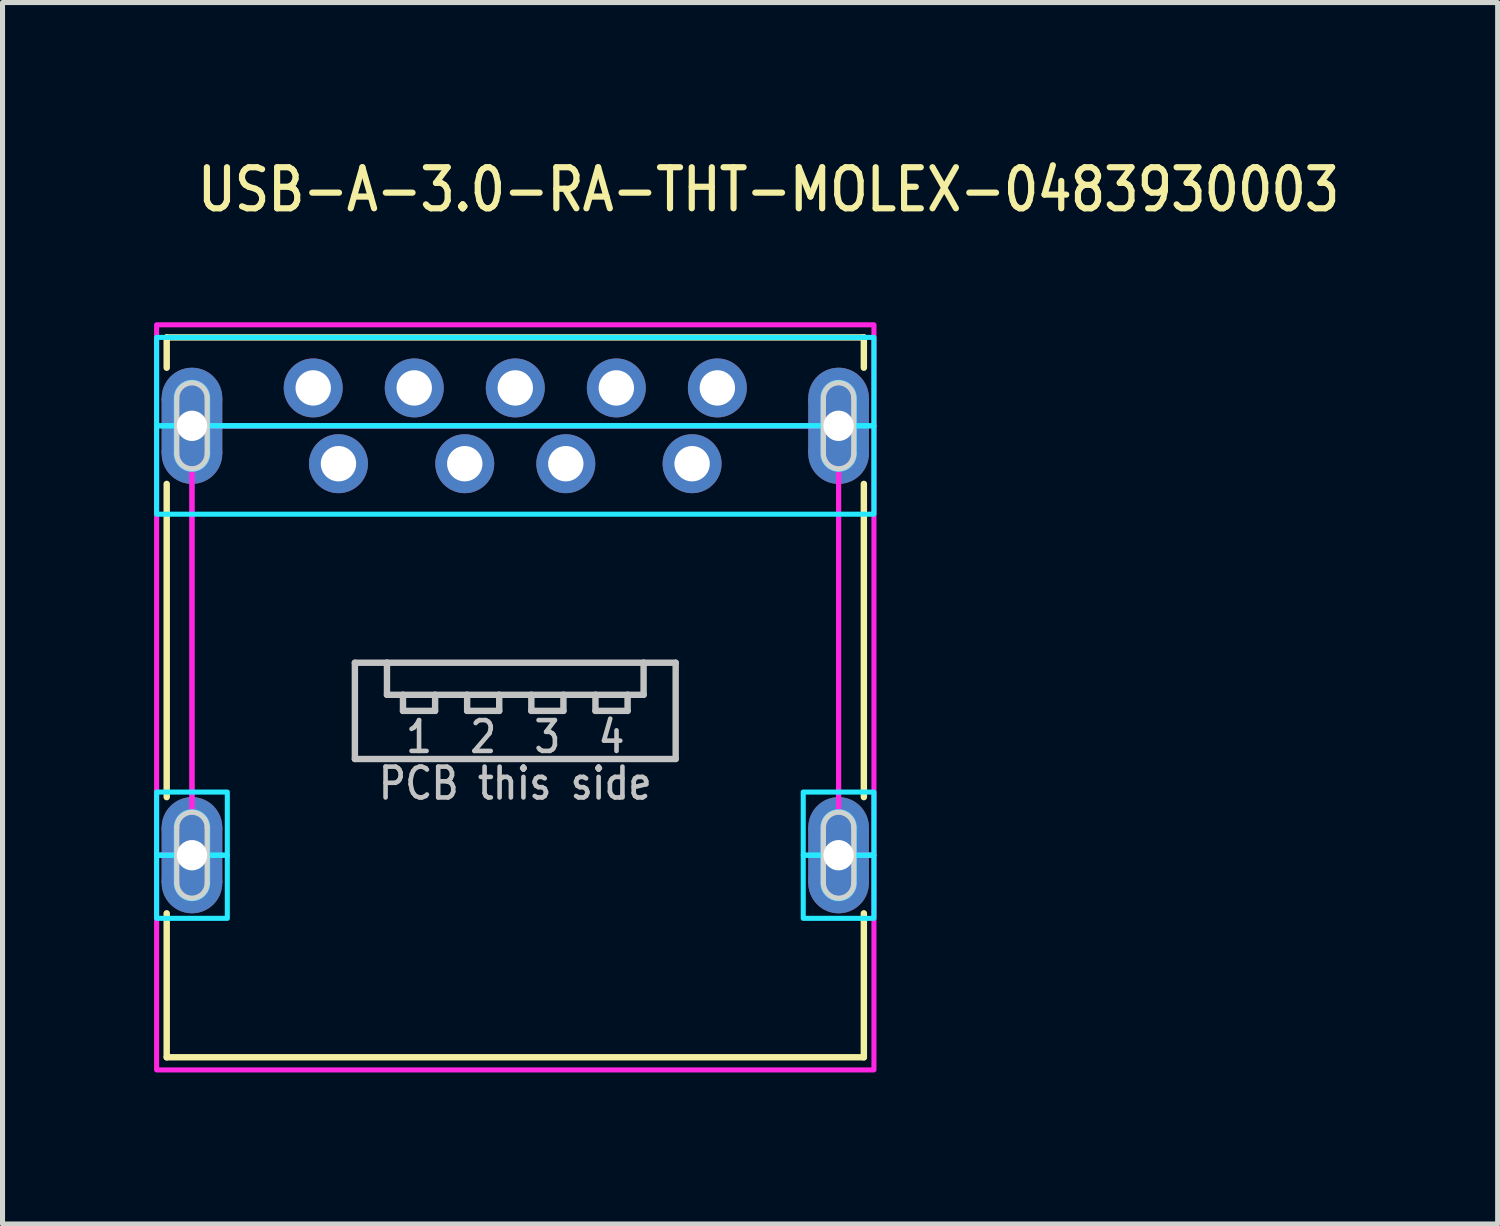
<source format=kicad_pcb>
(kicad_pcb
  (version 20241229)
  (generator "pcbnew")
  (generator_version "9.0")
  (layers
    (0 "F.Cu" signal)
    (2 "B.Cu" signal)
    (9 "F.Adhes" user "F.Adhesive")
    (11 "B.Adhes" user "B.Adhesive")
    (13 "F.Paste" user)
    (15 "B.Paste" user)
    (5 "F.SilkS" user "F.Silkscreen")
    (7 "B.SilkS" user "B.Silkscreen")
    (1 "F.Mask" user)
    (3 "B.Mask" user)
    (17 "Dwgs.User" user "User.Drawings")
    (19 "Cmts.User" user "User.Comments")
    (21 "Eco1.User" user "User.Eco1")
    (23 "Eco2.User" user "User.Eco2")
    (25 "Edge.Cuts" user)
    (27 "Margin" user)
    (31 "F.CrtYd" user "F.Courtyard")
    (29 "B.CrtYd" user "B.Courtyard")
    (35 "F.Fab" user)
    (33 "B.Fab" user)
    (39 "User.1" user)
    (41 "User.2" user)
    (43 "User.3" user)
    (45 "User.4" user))
  (footprint "USB-A-3.0-RA-THT-MOLEX-0483930003"
    (layer "F.Cu")
    (at 7.15 13.879)
    (property "Reference" "USB-A-3.0-RA-THT-MOLEX-0483930003" (at -6.35 -12.7 0) (unlocked yes) (layer "F.SilkS") (effects (font (size 0.813 0.695) (thickness 0.122)) (justify left bottom)))
    (fp_circle (center -6.4 -9.05) (end -5.8 -9.05) (stroke (width 0) (type solid)) (fill yes) (layer "F.Cu"))
    (fp_circle (center -6.4 -7.95) (end -7 -7.95) (stroke (width 0) (type solid)) (fill yes) (layer "F.Cu"))
    (fp_circle (center -6.4 -0.55) (end -5.8 -0.55) (stroke (width 0) (type solid)) (fill yes) (layer "F.Cu"))
    (fp_circle (center -6.4 0.55) (end -7 0.55) (stroke (width 0) (type solid)) (fill yes) (layer "F.Cu"))
    (fp_circle (center 6.4 -9.05) (end 7 -9.05) (stroke (width 0) (type solid)) (fill yes) (layer "F.Cu"))
    (fp_circle (center 6.4 -7.95) (end 5.8 -7.95) (stroke (width 0) (type solid)) (fill yes) (layer "F.Cu"))
    (fp_circle (center 6.4 -0.55) (end 7 -0.55) (stroke (width 0) (type solid)) (fill yes) (layer "F.Cu"))
    (fp_circle (center 6.4 0.55) (end 5.8 0.55) (stroke (width 0) (type solid)) (fill yes) (layer "F.Cu"))
    (fp_poly (pts (xy -7 -9.05) (xy -7 -7.95) (xy -5.8 -7.95) (xy -5.8 -9.05)) (stroke (width 0) (type solid)) (fill yes) (layer "F.Cu"))
    (fp_poly (pts (xy -7 -0.55) (xy -7 0.55) (xy -5.8 0.55) (xy -5.8 -0.55)) (stroke (width 0) (type solid)) (fill yes) (layer "F.Cu"))
    (fp_poly (pts (xy 5.8 -9.05) (xy 5.8 -7.95) (xy 7 -7.95) (xy 7 -9.05)) (stroke (width 0) (type solid)) (fill yes) (layer "F.Cu"))
    (fp_poly (pts (xy 5.8 -0.55) (xy 5.8 0.55) (xy 7 0.55) (xy 7 -0.55)) (stroke (width 0) (type solid)) (fill yes) (layer "F.Cu"))
    (fp_circle (center -6.4 -9.05) (end -5.7 -9.05) (stroke (width 0) (type solid)) (fill yes) (layer "F.Mask"))
    (fp_circle (center -6.4 -7.95) (end -7.1 -7.95) (stroke (width 0) (type solid)) (fill yes) (layer "F.Mask"))
    (fp_circle (center -6.4 -0.55) (end -5.7 -0.55) (stroke (width 0) (type solid)) (fill yes) (layer "F.Mask"))
    (fp_circle (center -6.4 0.55) (end -7.1 0.55) (stroke (width 0) (type solid)) (fill yes) (layer "F.Mask"))
    (fp_circle (center 6.4 -9.05) (end 7.1 -9.05) (stroke (width 0) (type solid)) (fill yes) (layer "F.Mask"))
    (fp_circle (center 6.4 -7.95) (end 5.7 -7.95) (stroke (width 0) (type solid)) (fill yes) (layer "F.Mask"))
    (fp_circle (center 6.4 -0.55) (end 7.1 -0.55) (stroke (width 0) (type solid)) (fill yes) (layer "F.Mask"))
    (fp_circle (center 6.4 0.55) (end 5.7 0.55) (stroke (width 0) (type solid)) (fill yes) (layer "F.Mask"))
    (fp_poly (pts (xy -7.1 -9.05) (xy -7.1 -7.95) (xy -5.7 -7.95) (xy -5.7 -9.05)) (stroke (width 0) (type solid)) (fill yes) (layer "F.Mask"))
    (fp_poly (pts (xy -7.1 -0.55) (xy -7.1 0.55) (xy -5.7 0.55) (xy -5.7 -0.55)) (stroke (width 0) (type solid)) (fill yes) (layer "F.Mask"))
    (fp_poly (pts (xy 5.7 -9.05) (xy 5.7 -7.95) (xy 7.1 -7.95) (xy 7.1 -9.05)) (stroke (width 0) (type solid)) (fill yes) (layer "F.Mask"))
    (fp_poly (pts (xy 5.7 -0.55) (xy 5.7 0.55) (xy 7.1 0.55) (xy 7.1 -0.55)) (stroke (width 0) (type solid)) (fill yes) (layer "F.Mask"))
    (fp_circle (center -6.4 -9.05) (end -7 -9.05) (stroke (width 0) (type solid)) (fill yes) (layer "B.Cu"))
    (fp_circle (center -6.4 -7.95) (end -5.8 -7.95) (stroke (width 0) (type solid)) (fill yes) (layer "B.Cu"))
    (fp_circle (center -6.4 -0.55) (end -7 -0.55) (stroke (width 0) (type solid)) (fill yes) (layer "B.Cu"))
    (fp_circle (center -6.4 0.55) (end -5.8 0.55) (stroke (width 0) (type solid)) (fill yes) (layer "B.Cu"))
    (fp_circle (center 6.4 -9.05) (end 5.8 -9.05) (stroke (width 0) (type solid)) (fill yes) (layer "B.Cu"))
    (fp_circle (center 6.4 -7.95) (end 7 -7.95) (stroke (width 0) (type solid)) (fill yes) (layer "B.Cu"))
    (fp_circle (center 6.4 -0.55) (end 5.8 -0.55) (stroke (width 0) (type solid)) (fill yes) (layer "B.Cu"))
    (fp_circle (center 6.4 0.55) (end 7 0.55) (stroke (width 0) (type solid)) (fill yes) (layer "B.Cu"))
    (fp_poly (pts (xy -5.8 -9.05) (xy -5.8 -7.95) (xy -7 -7.95) (xy -7 -9.05)) (stroke (width 0) (type solid)) (fill yes) (layer "B.Cu"))
    (fp_poly (pts (xy -5.8 -0.55) (xy -5.8 0.55) (xy -7 0.55) (xy -7 -0.55)) (stroke (width 0) (type solid)) (fill yes) (layer "B.Cu"))
    (fp_poly (pts (xy 7 -9.05) (xy 7 -7.95) (xy 5.8 -7.95) (xy 5.8 -9.05)) (stroke (width 0) (type solid)) (fill yes) (layer "B.Cu"))
    (fp_poly (pts (xy 7 -0.55) (xy 7 0.55) (xy 5.8 0.55) (xy 5.8 -0.55)) (stroke (width 0) (type solid)) (fill yes) (layer "B.Cu"))
    (fp_circle (center -6.4 -9.05) (end -7.1 -9.05) (stroke (width 0) (type solid)) (fill yes) (layer "B.Mask"))
    (fp_circle (center -6.4 -7.95) (end -5.7 -7.95) (stroke (width 0) (type solid)) (fill yes) (layer "B.Mask"))
    (fp_circle (center -6.4 -0.55) (end -7.1 -0.55) (stroke (width 0) (type solid)) (fill yes) (layer "B.Mask"))
    (fp_circle (center -6.4 0.55) (end -5.7 0.55) (stroke (width 0) (type solid)) (fill yes) (layer "B.Mask"))
    (fp_circle (center 6.4 -9.05) (end 5.7 -9.05) (stroke (width 0) (type solid)) (fill yes) (layer "B.Mask"))
    (fp_circle (center 6.4 -7.95) (end 7.1 -7.95) (stroke (width 0) (type solid)) (fill yes) (layer "B.Mask"))
    (fp_circle (center 6.4 -0.55) (end 5.7 -0.55) (stroke (width 0) (type solid)) (fill yes) (layer "B.Mask"))
    (fp_circle (center 6.4 0.55) (end 7.1 0.55) (stroke (width 0) (type solid)) (fill yes) (layer "B.Mask"))
    (fp_poly (pts (xy -5.7 -9.05) (xy -5.7 -7.95) (xy -7.1 -7.95) (xy -7.1 -9.05)) (stroke (width 0) (type solid)) (fill yes) (layer "B.Mask"))
    (fp_poly (pts (xy -5.7 -0.55) (xy -5.7 0.55) (xy -7.1 0.55) (xy -7.1 -0.55)) (stroke (width 0) (type solid)) (fill yes) (layer "B.Mask"))
    (fp_poly (pts (xy 7.1 -9.05) (xy 7.1 -7.95) (xy 5.7 -7.95) (xy 5.7 -9.05)) (stroke (width 0) (type solid)) (fill yes) (layer "B.Mask"))
    (fp_poly (pts (xy 7.1 -0.55) (xy 7.1 0.55) (xy 5.7 0.55) (xy 5.7 -0.55)) (stroke (width 0) (type solid)) (fill yes) (layer "B.Mask"))
    (fp_line (start -6.9 -10.25) (end -6.9 -9.65) (stroke (width 0.127) (type solid)) (layer "F.SilkS"))
    (fp_line (start -6.9 -10.25) (end 6.9 -10.25) (stroke (width 0.127) (type solid)) (layer "F.SilkS"))
    (fp_line (start -6.9 -7.35) (end -6.9 -1.15) (stroke (width 0.127) (type solid)) (layer "F.SilkS"))
    (fp_line (start -6.9 1.15) (end -6.9 4) (stroke (width 0.127) (type solid)) (layer "F.SilkS"))
    (fp_line (start 6.9 -10.25) (end 6.9 -9.65) (stroke (width 0.127) (type solid)) (layer "F.SilkS"))
    (fp_line (start 6.9 -7.35) (end 6.9 -1.15) (stroke (width 0.127) (type solid)) (layer "F.SilkS"))
    (fp_line (start 6.9 1.15) (end 6.9 4) (stroke (width 0.127) (type solid)) (layer "F.SilkS"))
    (fp_line (start 6.9 4) (end -6.9 4) (stroke (width 0.127) (type solid)) (layer "F.SilkS"))
    (fp_line (start -3.175 -3.81) (end -2.54 -3.81) (stroke (width 0.127) (type solid)) (layer "Dwgs.User"))
    (fp_line (start -3.175 -1.905) (end -3.175 -3.81) (stroke (width 0.127) (type solid)) (layer "Dwgs.User"))
    (fp_line (start -2.54 -3.81) (end -2.54 -3.175) (stroke (width 0.127) (type solid)) (layer "Dwgs.User"))
    (fp_line (start -2.54 -3.81) (end 2.54 -3.81) (stroke (width 0.127) (type solid)) (layer "Dwgs.User"))
    (fp_line (start -2.54 -3.175) (end -2.223 -3.175) (stroke (width 0.127) (type solid)) (layer "Dwgs.User"))
    (fp_line (start -2.223 -3.175) (end -2.223 -2.857) (stroke (width 0.127) (type solid)) (layer "Dwgs.User"))
    (fp_line (start -2.223 -3.175) (end -1.587 -3.175) (stroke (width 0.127) (type solid)) (layer "Dwgs.User"))
    (fp_line (start -2.223 -2.857) (end -1.587 -2.857) (stroke (width 0.127) (type solid)) (layer "Dwgs.User"))
    (fp_line (start -1.587 -3.175) (end -0.953 -3.175) (stroke (width 0.127) (type solid)) (layer "Dwgs.User"))
    (fp_line (start -1.587 -2.857) (end -1.587 -3.175) (stroke (width 0.127) (type solid)) (layer "Dwgs.User"))
    (fp_line (start -0.953 -3.175) (end -0.953 -2.857) (stroke (width 0.127) (type solid)) (layer "Dwgs.User"))
    (fp_line (start -0.953 -3.175) (end -0.318 -3.175) (stroke (width 0.127) (type solid)) (layer "Dwgs.User"))
    (fp_line (start -0.953 -2.857) (end -0.318 -2.857) (stroke (width 0.127) (type solid)) (layer "Dwgs.User"))
    (fp_line (start -0.318 -3.175) (end 0.318 -3.175) (stroke (width 0.127) (type solid)) (layer "Dwgs.User"))
    (fp_line (start -0.318 -2.857) (end -0.318 -3.175) (stroke (width 0.127) (type solid)) (layer "Dwgs.User"))
    (fp_line (start 0.318 -3.175) (end 0.318 -2.857) (stroke (width 0.127) (type solid)) (layer "Dwgs.User"))
    (fp_line (start 0.318 -3.175) (end 0.953 -3.175) (stroke (width 0.127) (type solid)) (layer "Dwgs.User"))
    (fp_line (start 0.318 -2.857) (end 0.953 -2.857) (stroke (width 0.127) (type solid)) (layer "Dwgs.User"))
    (fp_line (start 0.953 -3.175) (end 1.587 -3.175) (stroke (width 0.127) (type solid)) (layer "Dwgs.User"))
    (fp_line (start 0.953 -2.857) (end 0.953 -3.175) (stroke (width 0.127) (type solid)) (layer "Dwgs.User"))
    (fp_line (start 1.587 -3.175) (end 1.587 -2.857) (stroke (width 0.127) (type solid)) (layer "Dwgs.User"))
    (fp_line (start 1.587 -3.175) (end 2.223 -3.175) (stroke (width 0.127) (type solid)) (layer "Dwgs.User"))
    (fp_line (start 1.587 -2.857) (end 2.223 -2.857) (stroke (width 0.127) (type solid)) (layer "Dwgs.User"))
    (fp_line (start 2.223 -3.175) (end 2.54 -3.175) (stroke (width 0.127) (type solid)) (layer "Dwgs.User"))
    (fp_line (start 2.223 -2.857) (end 2.223 -3.175) (stroke (width 0.127) (type solid)) (layer "Dwgs.User"))
    (fp_line (start 2.54 -3.81) (end 3.175 -3.81) (stroke (width 0.127) (type solid)) (layer "Dwgs.User"))
    (fp_line (start 2.54 -3.175) (end 2.54 -3.81) (stroke (width 0.127) (type solid)) (layer "Dwgs.User"))
    (fp_line (start 3.175 -3.81) (end 3.175 -1.905) (stroke (width 0.127) (type solid)) (layer "Dwgs.User"))
    (fp_line (start 3.175 -1.905) (end -3.175 -1.905) (stroke (width 0.127) (type solid)) (layer "Dwgs.User"))
    (fp_line (start -6.7 -9.05) (end -6.7 -7.95) (stroke (width 0.1) (type solid)) (layer "Edge.Cuts"))
    (fp_line (start -6.7 -0.55) (end -6.7 0.55) (stroke (width 0.1) (type solid)) (layer "Edge.Cuts"))
    (fp_line (start -6.1 -7.95) (end -6.1 -9.05) (stroke (width 0.1) (type solid)) (layer "Edge.Cuts"))
    (fp_line (start -6.1 0.55) (end -6.1 -0.55) (stroke (width 0.1) (type solid)) (layer "Edge.Cuts"))
    (fp_line (start 6.1 -9.05) (end 6.1 -7.95) (stroke (width 0.1) (type solid)) (layer "Edge.Cuts"))
    (fp_line (start 6.1 -0.55) (end 6.1 0.55) (stroke (width 0.1) (type solid)) (layer "Edge.Cuts"))
    (fp_line (start 6.7 -7.95) (end 6.7 -9.05) (stroke (width 0.1) (type solid)) (layer "Edge.Cuts"))
    (fp_line (start 6.7 0.55) (end 6.7 -0.55) (stroke (width 0.1) (type solid)) (layer "Edge.Cuts"))
    (fp_arc (start -6.7 -9.05) (mid -6.4 -9.35) (end -6.1 -9.05) (stroke (width 0.1) (type solid)) (layer "Edge.Cuts"))
    (fp_arc (start -6.7 -0.55) (mid -6.4 -0.85) (end -6.1 -0.55) (stroke (width 0.1) (type solid)) (layer "Edge.Cuts"))
    (fp_arc (start -6.1 -7.95) (mid -6.4 -7.65) (end -6.7 -7.95) (stroke (width 0.1) (type solid)) (layer "Edge.Cuts"))
    (fp_arc (start -6.1 0.55) (mid -6.4 0.85) (end -6.7 0.55) (stroke (width 0.1) (type solid)) (layer "Edge.Cuts"))
    (fp_arc (start 6.1 -9.05) (mid 6.4 -9.35) (end 6.7 -9.05) (stroke (width 0.1) (type solid)) (layer "Edge.Cuts"))
    (fp_arc (start 6.1 -0.55) (mid 6.4 -0.85) (end 6.7 -0.55) (stroke (width 0.1) (type solid)) (layer "Edge.Cuts"))
    (fp_arc (start 6.7 -7.95) (mid 6.4 -7.65) (end 6.1 -7.95) (stroke (width 0.1) (type solid)) (layer "Edge.Cuts"))
    (fp_arc (start 6.7 0.55) (mid 6.4 0.85) (end 6.1 0.55) (stroke (width 0.1) (type solid)) (layer "Edge.Cuts"))
    (fp_poly (pts (xy -5.7 -1.25) (xy -5.7 0) (xy -6.09 0) (xy -6.09 -0.55) (xy -6.094 -0.601) (xy -6.107 -0.651) (xy -6.127 -0.698) (xy -6.155 -0.74) (xy -6.19 -0.778) (xy -6.23 -0.809) (xy -6.276 -0.834) (xy -6.324 -0.851) (xy -6.375 -0.859) (xy -6.426 -0.859) (xy -6.476 -0.851) (xy -6.525 -0.834) (xy -6.57 -0.81) (xy -6.61 -0.778) (xy -6.645 -0.74) (xy -6.673 -0.698) (xy -6.693 -0.651) (xy -6.706 -0.601) (xy -6.71 -0.55) (xy -6.71 0) (xy -7.1 0) (xy -7.1 -1.25)) (stroke (width 0.1) (type solid)) (fill no) (layer "B.CrtYd"))
    (fp_poly (pts (xy -5.7 0) (xy -5.7 1.25) (xy -7.1 1.25) (xy -7.1 0) (xy -6.71 0) (xy -6.71 0.55) (xy -6.706 0.601) (xy -6.693 0.651) (xy -6.673 0.698) (xy -6.645 0.74) (xy -6.61 0.778) (xy -6.57 0.809) (xy -6.524 0.834) (xy -6.476 0.851) (xy -6.425 0.859) (xy -6.374 0.859) (xy -6.324 0.851) (xy -6.275 0.834) (xy -6.23 0.81) (xy -6.19 0.778) (xy -6.155 0.74) (xy -6.127 0.698) (xy -6.107 0.651) (xy -6.094 0.601) (xy -6.09 0.55) (xy -6.09 0)) (stroke (width 0.1) (type solid)) (fill no) (layer "B.CrtYd"))
    (fp_poly (pts (xy 7.1 -1.25) (xy 7.1 0) (xy 6.71 0) (xy 6.71 -0.55) (xy 6.706 -0.601) (xy 6.693 -0.651) (xy 6.673 -0.698) (xy 6.645 -0.74) (xy 6.61 -0.778) (xy 6.57 -0.809) (xy 6.524 -0.834) (xy 6.476 -0.851) (xy 6.425 -0.859) (xy 6.374 -0.859) (xy 6.324 -0.851) (xy 6.275 -0.834) (xy 6.23 -0.81) (xy 6.19 -0.778) (xy 6.155 -0.74) (xy 6.127 -0.698) (xy 6.107 -0.651) (xy 6.094 -0.601) (xy 6.09 -0.55) (xy 6.09 0) (xy 5.7 0) (xy 5.7 -1.25)) (stroke (width 0.1) (type solid)) (fill no) (layer "B.CrtYd"))
    (fp_poly (pts (xy 7.1 0) (xy 7.1 1.25) (xy 5.7 1.25) (xy 5.7 0) (xy 6.09 0) (xy 6.09 0.55) (xy 6.094 0.601) (xy 6.107 0.651) (xy 6.127 0.698) (xy 6.155 0.74) (xy 6.19 0.778) (xy 6.23 0.809) (xy 6.276 0.834) (xy 6.324 0.851) (xy 6.375 0.859) (xy 6.426 0.859) (xy 6.476 0.851) (xy 6.525 0.834) (xy 6.57 0.81) (xy 6.61 0.778) (xy 6.645 0.74) (xy 6.673 0.698) (xy 6.693 0.651) (xy 6.706 0.601) (xy 6.71 0.55) (xy 6.71 0)) (stroke (width 0.1) (type solid)) (fill no) (layer "B.CrtYd"))
    (fp_poly (pts (xy 7.1 -10.25) (xy 7.1 -8.5) (xy 6.71 -8.5) (xy 6.71 -9.05) (xy 6.706 -9.101) (xy 6.693 -9.151) (xy 6.673 -9.198) (xy 6.645 -9.24) (xy 6.61 -9.278) (xy 6.57 -9.309) (xy 6.524 -9.334) (xy 6.476 -9.351) (xy 6.425 -9.359) (xy 6.374 -9.359) (xy 6.324 -9.351) (xy 6.275 -9.334) (xy 6.23 -9.31) (xy 6.19 -9.278) (xy 6.155 -9.24) (xy 6.127 -9.198) (xy 6.107 -9.151) (xy 6.094 -9.101) (xy 6.09 -9.05) (xy 6.09 -8.5) (xy -6.09 -8.5) (xy -6.09 -9.05) (xy -6.094 -9.101) (xy -6.107 -9.151) (xy -6.127 -9.198) (xy -6.155 -9.24) (xy -6.19 -9.278) (xy -6.23 -9.309) (xy -6.276 -9.334) (xy -6.324 -9.351) (xy -6.375 -9.359) (xy -6.426 -9.359) (xy -6.476 -9.351) (xy -6.525 -9.334) (xy -6.57 -9.31) (xy -6.61 -9.278) (xy -6.645 -9.24) (xy -6.673 -9.198) (xy -6.693 -9.151) (xy -6.706 -9.101) (xy -6.71 -9.05) (xy -6.71 -8.5) (xy -7.1 -8.5) (xy -7.1 -10.25)) (stroke (width 0.1) (type solid)) (fill no) (layer "B.CrtYd"))
    (fp_poly (pts (xy 7.1 -8.5) (xy 7.1 -6.75) (xy -7.1 -6.75) (xy -7.1 -8.5) (xy -6.71 -8.5) (xy -6.71 -7.95) (xy -6.706 -7.899) (xy -6.693 -7.849) (xy -6.673 -7.802) (xy -6.645 -7.76) (xy -6.61 -7.722) (xy -6.57 -7.691) (xy -6.524 -7.666) (xy -6.476 -7.649) (xy -6.425 -7.641) (xy -6.374 -7.641) (xy -6.324 -7.649) (xy -6.275 -7.666) (xy -6.23 -7.69) (xy -6.19 -7.722) (xy -6.155 -7.76) (xy -6.127 -7.802) (xy -6.107 -7.849) (xy -6.094 -7.899) (xy -6.09 -7.95) (xy -6.09 -8.5) (xy 6.09 -8.5) (xy 6.09 -7.95) (xy 6.094 -7.899) (xy 6.107 -7.849) (xy 6.127 -7.802) (xy 6.155 -7.76) (xy 6.19 -7.722) (xy 6.23 -7.691) (xy 6.276 -7.666) (xy 6.324 -7.649) (xy 6.375 -7.641) (xy 6.426 -7.641) (xy 6.476 -7.649) (xy 6.525 -7.666) (xy 6.57 -7.69) (xy 6.61 -7.722) (xy 6.645 -7.76) (xy 6.673 -7.802) (xy 6.693 -7.849) (xy 6.706 -7.899) (xy 6.71 -7.95) (xy 6.71 -8.5)) (stroke (width 0.1) (type solid)) (fill no) (layer "B.CrtYd"))
    (fp_poly (pts (xy -7.1 -10.5) (xy 7.1 -10.5) (xy 7.1 0) (xy 6.71 0) (xy 6.71 -0.55) (xy 6.706 -0.601) (xy 6.693 -0.651) (xy 6.673 -0.698) (xy 6.645 -0.74) (xy 6.61 -0.778) (xy 6.57 -0.81) (xy 6.525 -0.834) (xy 6.476 -0.851) (xy 6.426 -0.859) (xy 6.4 -0.859) (xy 6.4 -7.641) (xy 6.426 -7.641) (xy 6.475 -7.649) (xy 6.524 -7.666) (xy 6.57 -7.69) (xy 6.61 -7.722) (xy 6.645 -7.76) (xy 6.673 -7.802) (xy 6.693 -7.849) (xy 6.706 -7.899) (xy 6.71 -7.95) (xy 6.71 -9.05) (xy 6.706 -9.101) (xy 6.693 -9.151) (xy 6.673 -9.198) (xy 6.645 -9.24) (xy 6.61 -9.278) (xy 6.57 -9.31) (xy 6.525 -9.334) (xy 6.476 -9.351) (xy 6.425 -9.359) (xy 6.374 -9.359) (xy 6.324 -9.351) (xy 6.275 -9.334) (xy 6.23 -9.31) (xy 6.19 -9.278) (xy 6.155 -9.24) (xy 6.127 -9.198) (xy 6.107 -9.151) (xy 6.094 -9.101) (xy 6.09 -9.05) (xy 6.09 -8.5) (xy -6.09 -8.5) (xy -6.09 -9.051) (xy -6.094 -9.101) (xy -6.107 -9.15) (xy -6.127 -9.198) (xy -6.155 -9.24) (xy -6.191 -9.279) (xy -6.23 -9.31) (xy -6.275 -9.334) (xy -6.324 -9.351) (xy -6.375 -9.359) (xy -6.426 -9.359) (xy -6.475 -9.351) (xy -6.525 -9.334) (xy -6.57 -9.31) (xy -6.611 -9.277) (xy -6.645 -9.24) (xy -6.672 -9.198) (xy -6.693 -9.151) (xy -6.706 -9.1) (xy -6.71 -9.05) (xy -6.71 -7.95) (xy -6.706 -7.899) (xy -6.693 -7.849) (xy -6.673 -7.802) (xy -6.645 -7.76) (xy -6.61 -7.722) (xy -6.57 -7.69) (xy -6.524 -7.666) (xy -6.475 -7.649) (xy -6.426 -7.641) (xy -6.4 -7.641) (xy -6.4 -0.859) (xy -6.426 -0.859) (xy -6.476 -0.851) (xy -6.525 -0.834) (xy -6.57 -0.81) (xy -6.61 -0.778) (xy -6.645 -0.74) (xy -6.673 -0.698) (xy -6.693 -0.651) (xy -6.706 -0.601) (xy -6.71 -0.55) (xy -6.71 0) (xy -7.1 0)) (stroke (width 0.1) (type solid)) (fill no) (layer "F.CrtYd"))
    (fp_poly (pts (xy 7.1 0) (xy 7.1 4.25) (xy -7.1 4.25) (xy -7.1 0) (xy -6.71 0) (xy -6.71 0.55) (xy -6.706 0.601) (xy -6.693 0.651) (xy -6.673 0.698) (xy -6.645 0.74) (xy -6.61 0.778) (xy -6.569 0.81) (xy -6.525 0.834) (xy -6.477 0.85) (xy -6.425 0.859) (xy -6.374 0.859) (xy -6.324 0.851) (xy -6.275 0.834) (xy -6.231 0.81) (xy -6.189 0.777) (xy -6.155 0.74) (xy -6.127 0.698) (xy -6.107 0.65) (xy -6.094 0.601) (xy -6.09 0.551) (xy -6.09 -0.55) (xy -6.094 -0.602) (xy -6.107 -0.651) (xy -6.127 -0.698) (xy -6.155 -0.74) (xy -6.191 -0.779) (xy -6.23 -0.81) (xy -6.276 -0.834) (xy -6.325 -0.851) (xy -6.374 -0.859) (xy -6.4 -0.859) (xy -6.4 -7.641) (xy -6.374 -7.641) (xy -6.324 -7.649) (xy -6.275 -7.666) (xy -6.23 -7.69) (xy -6.19 -7.722) (xy -6.155 -7.76) (xy -6.127 -7.802) (xy -6.107 -7.849) (xy -6.094 -7.899) (xy -6.09 -7.95) (xy -6.09 -8.5) (xy 6.09 -8.5) (xy 6.09 -7.95) (xy 6.094 -7.899) (xy 6.107 -7.849) (xy 6.127 -7.802) (xy 6.155 -7.76) (xy 6.19 -7.722) (xy 6.23 -7.69) (xy 6.275 -7.666) (xy 6.324 -7.649) (xy 6.374 -7.641) (xy 6.4 -7.641) (xy 6.4 -0.859) (xy 6.374 -0.859) (xy 6.325 -0.851) (xy 6.276 -0.834) (xy 6.23 -0.81) (xy 6.191 -0.779) (xy 6.155 -0.74) (xy 6.127 -0.698) (xy 6.107 -0.651) (xy 6.094 -0.601) (xy 6.09 -0.55) (xy 6.09 0.551) (xy 6.094 0.601) (xy 6.107 0.651) (xy 6.127 0.698) (xy 6.155 0.74) (xy 6.19 0.778) (xy 6.231 0.81) (xy 6.275 0.834) (xy 6.323 0.85) (xy 6.374 0.859) (xy 6.426 0.859) (xy 6.477 0.85) (xy 6.525 0.834) (xy 6.57 0.81) (xy 6.609 0.779) (xy 6.645 0.74) (xy 6.673 0.698) (xy 6.693 0.651) (xy 6.706 0.601) (xy 6.71 0.55) (xy 6.71 0)) (stroke (width 0.1) (type solid)) (fill no) (layer "F.CrtYd"))
    (fp_text user "3" (at 0.635 -2.699 0) (unlocked yes) (layer "Dwgs.User") (effects (font (size 0.61 0.521) (thickness 0.091)) (justify top)))
    (fp_text user "4" (at 1.905 -2.699 0) (unlocked yes) (layer "Dwgs.User") (effects (font (size 0.61 0.521) (thickness 0.091)) (justify top)))
    (fp_text user "1" (at -1.905 -2.699 0) (unlocked yes) (layer "Dwgs.User") (effects (font (size 0.61 0.521) (thickness 0.091)) (justify top)))
    (fp_text user "2" (at -0.635 -2.699 0) (unlocked yes) (layer "Dwgs.User") (effects (font (size 0.61 0.521) (thickness 0.091)) (justify top)))
    (fp_text user "PCB this side" (at 0 -1.778 0) (unlocked yes) (layer "Dwgs.User") (effects (font (size 0.61 0.521) (thickness 0.091)) (justify top)))
    (pad "1" thru_hole oval (at -3.5 -7.75) (size 1.167 1.167) (drill 0.7) (layers "*.Cu" "*.Mask"))
    (pad "2" thru_hole oval (at -1 -7.75) (size 1.167 1.167) (drill 0.7) (layers "*.Cu" "*.Mask"))
    (pad "3" thru_hole oval (at 1 -7.75) (size 1.167 1.167) (drill 0.7) (layers "*.Cu" "*.Mask"))
    (pad "4" thru_hole oval (at 3.5 -7.75) (size 1.167 1.167) (drill 0.7) (layers "*.Cu" "*.Mask"))
    (pad "5" thru_hole oval (at 4 -9.25) (size 1.167 1.167) (drill 0.7) (layers "*.Cu" "*.Mask"))
    (pad "6" thru_hole oval (at 2 -9.25) (size 1.167 1.167) (drill 0.7) (layers "*.Cu" "*.Mask"))
    (pad "7" thru_hole oval (at 0 -9.25) (size 1.167 1.167) (drill 0.7) (layers "*.Cu" "*.Mask"))
    (pad "8" thru_hole oval (at -2 -9.25) (size 1.167 1.167) (drill 0.7) (layers "*.Cu" "*.Mask"))
    (pad "9" thru_hole oval (at -4 -9.25) (size 1.167 1.167) (drill 0.7) (layers "*.Cu" "*.Mask"))
    (pad "S_1" thru_hole oval (at -6.4 0 90) (size 1 1) (drill 0.6) (layers "*.Cu" "*.Mask"))
    (pad "S_2" thru_hole oval (at 6.4 0 90) (size 1 1) (drill 0.6) (layers "*.Cu" "*.Mask"))
    (pad "S_3" thru_hole oval (at 6.4 -8.5 90) (size 1 1) (drill 0.6) (layers "*.Cu" "*.Mask"))
    (pad "S_4" thru_hole oval (at -6.4 -8.5 90) (size 1 1) (drill 0.6) (layers "*.Cu" "*.Mask")))
  (gr_rect
    (start -3 -3)
    (end 26.596 21.179)
    (stroke (width 0.1) (type default))
    (fill no)
    (layer "Edge.Cuts")))
</source>
